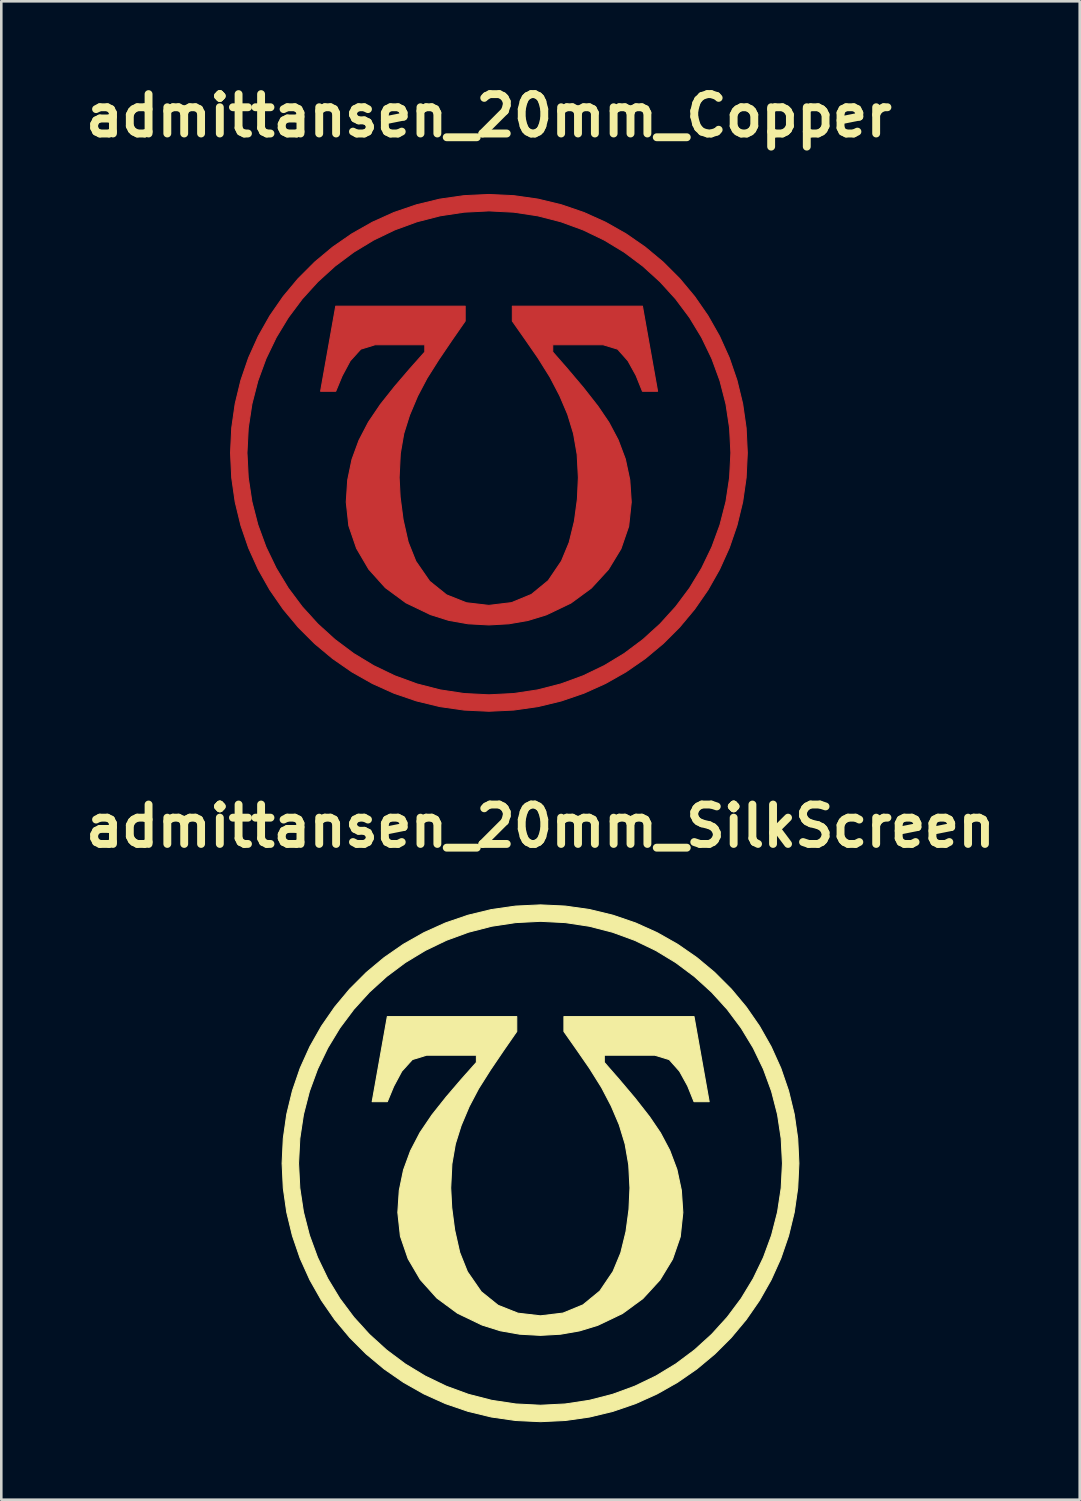
<source format=kicad_pcb>
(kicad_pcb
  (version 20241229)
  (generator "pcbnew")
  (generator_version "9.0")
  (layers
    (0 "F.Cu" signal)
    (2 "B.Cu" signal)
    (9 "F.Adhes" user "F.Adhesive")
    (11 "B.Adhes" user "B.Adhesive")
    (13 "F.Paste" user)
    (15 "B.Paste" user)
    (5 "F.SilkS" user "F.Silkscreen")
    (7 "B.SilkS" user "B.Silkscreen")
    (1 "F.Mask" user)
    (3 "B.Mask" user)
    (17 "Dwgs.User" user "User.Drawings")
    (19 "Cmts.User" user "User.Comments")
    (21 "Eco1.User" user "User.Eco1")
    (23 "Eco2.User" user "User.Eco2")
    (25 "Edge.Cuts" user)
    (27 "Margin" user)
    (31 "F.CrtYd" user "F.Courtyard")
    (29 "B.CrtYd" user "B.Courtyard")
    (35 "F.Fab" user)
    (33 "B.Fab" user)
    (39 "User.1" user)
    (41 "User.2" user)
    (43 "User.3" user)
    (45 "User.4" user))
  (footprint "admittansen_20mm_SilkScreen"
    (layer "F.Cu")
    (at 17.867 41.968)
    (property "Reference" "admittansen_20mm_SilkScreen" (at 0 -13.048 0) (layer "F.SilkS") (effects (font (size 1.524 1.524) (thickness 0.305))))
    (attr exclude_from_pos_files exclude_from_bom)
    (fp_poly (pts (xy -6.514 -2.383) (xy -5.928 -5.677) (xy -0.919 -5.677) (xy -0.919 -5.1) (xy -1.433 -4.359) (xy -1.938 -3.614) (xy -2.398 -2.886) (xy -2.761 -2.196) (xy -3.073 -1.456) (xy -3.296 -0.745) (xy -3.43 0.028) (xy -3.475 0.953) (xy -3.436 1.713) (xy -3.322 2.584) (xy -3.126 3.454) (xy -2.829 4.197) (xy -2.294 4.971) (xy -1.641 5.496) (xy -0.874 5.801) (xy -0.002 5.903) (xy 0.872 5.797) (xy 1.645 5.479) (xy 2.297 4.944) (xy 2.808 4.188) (xy 3.107 3.467) (xy 3.309 2.643) (xy 3.424 1.788) (xy 3.462 0.953) (xy 3.415 0.062) (xy 3.275 -0.745) (xy 3.048 -1.49) (xy 2.74 -2.213) (xy 2.365 -2.931) (xy 1.9 -3.674) (xy 1.392 -4.408) (xy 0.906 -5.1) (xy 0.906 -5.677) (xy 5.941 -5.677) (xy 6.527 -2.383) (xy 5.941 -2.383) (xy 5.695 -2.994) (xy 5.381 -3.563) (xy 4.982 -4.013) (xy 4.421 -4.183) (xy 2.469 -4.183) (xy 2.469 -3.903) (xy 3.042 -3.247) (xy 3.657 -2.519) (xy 4.222 -1.797) (xy 4.642 -1.178) (xy 5.001 -0.5) (xy 5.279 0.24) (xy 5.451 1.047) (xy 5.508 1.904) (xy 5.408 2.845) (xy 5.109 3.713) (xy 4.623 4.513) (xy 3.963 5.233) (xy 3.171 5.814) (xy 2.222 6.268) (xy 1.515 6.485) (xy 0.773 6.615) (xy -0.002 6.659) (xy -0.804 6.614) (xy -1.557 6.481) (xy -2.26 6.26) (xy -3.211 5.803) (xy -4.009 5.216) (xy -4.648 4.504) (xy -5.122 3.696) (xy -5.421 2.823) (xy -5.521 1.904) (xy -5.465 1.051) (xy -5.3 0.257) (xy -5.03 -0.481) (xy -4.663 -1.186) (xy -4.196 -1.876) (xy -3.644 -2.57) (xy -3.061 -3.251) (xy -2.481 -3.903) (xy -2.481 -4.183) (xy -4.408 -4.183) (xy -4.96 -4.013) (xy -5.368 -3.563) (xy -5.682 -2.977) (xy -5.928 -2.383) (xy -6.514 -2.383) (xy -6.514 -2.383)) (stroke (width 0.04) (type solid)) (fill yes) (layer "F.SilkS"))
    (fp_poly (pts (xy 0 -10) (xy 0 -9.363) (xy 0.958 -9.314) (xy 1.888 -9.173) (xy 2.786 -8.942) (xy 3.646 -8.627) (xy 4.464 -8.233) (xy 5.236 -7.765) (xy 5.957 -7.226) (xy 6.622 -6.622) (xy 7.226 -5.957) (xy 7.765 -5.236) (xy 8.233 -4.464) (xy 8.627 -3.646) (xy 8.942 -2.786) (xy 9.173 -1.888) (xy 9.314 -0.958) (xy 9.363 0) (xy 9.314 0.958) (xy 9.173 1.888) (xy 8.942 2.786) (xy 8.627 3.646) (xy 8.233 4.464) (xy 7.765 5.236) (xy 7.226 5.957) (xy 6.622 6.622) (xy 5.957 7.226) (xy 5.236 7.765) (xy 4.464 8.233) (xy 3.646 8.627) (xy 2.786 8.942) (xy 1.888 9.173) (xy 0.958 9.314) (xy 0 9.363) (xy -0.958 9.314) (xy -1.888 9.173) (xy -2.786 8.942) (xy -3.646 8.627) (xy -4.464 8.233) (xy -5.236 7.765) (xy -5.957 7.226) (xy -6.622 6.622) (xy -7.226 5.957) (xy -7.765 5.236) (xy -8.233 4.464) (xy -8.627 3.646) (xy -8.942 2.786) (xy -9.173 1.888) (xy -9.314 0.958) (xy -9.363 0) (xy -9.314 -0.958) (xy -9.173 -1.888) (xy -8.942 -2.786) (xy -8.627 -3.646) (xy -8.233 -4.464) (xy -7.765 -5.236) (xy -7.226 -5.957) (xy -6.622 -6.622) (xy -5.957 -7.226) (xy -5.236 -7.765) (xy -4.464 -8.233) (xy -3.646 -8.627) (xy -2.786 -8.942) (xy -1.888 -9.173) (xy -0.958 -9.314) (xy 0 -9.363) (xy 0 -10) (xy -0.962 -9.954) (xy -1.899 -9.82) (xy -2.806 -9.6) (xy -3.679 -9.301) (xy -4.513 -8.925) (xy -5.304 -8.477) (xy -6.049 -7.961) (xy -6.743 -7.382) (xy -7.382 -6.743) (xy -7.961 -6.049) (xy -8.477 -5.304) (xy -8.925 -4.513) (xy -9.301 -3.679) (xy -9.6 -2.806) (xy -9.82 -1.899) (xy -9.954 -0.962) (xy -10 0) (xy -9.954 0.962) (xy -9.82 1.899) (xy -9.6 2.806) (xy -9.301 3.679) (xy -8.925 4.513) (xy -8.477 5.304) (xy -7.961 6.049) (xy -7.382 6.743) (xy -6.743 7.382) (xy -6.049 7.961) (xy -5.304 8.477) (xy -4.513 8.925) (xy -3.679 9.301) (xy -2.806 9.6) (xy -1.899 9.82) (xy -0.962 9.954) (xy 0 10) (xy 0.962 9.954) (xy 1.899 9.82) (xy 2.806 9.6) (xy 3.679 9.301) (xy 4.513 8.925) (xy 5.304 8.477) (xy 6.049 7.961) (xy 6.743 7.382) (xy 7.382 6.743) (xy 7.961 6.049) (xy 8.477 5.304) (xy 8.925 4.513) (xy 9.301 3.679) (xy 9.6 2.806) (xy 9.82 1.899) (xy 9.954 0.962) (xy 10 0) (xy 9.954 -0.962) (xy 9.82 -1.899) (xy 9.6 -2.806) (xy 9.301 -3.679) (xy 8.925 -4.513) (xy 8.477 -5.304) (xy 7.961 -6.049) (xy 7.382 -6.743) (xy 6.743 -7.382) (xy 6.049 -7.961) (xy 5.304 -8.477) (xy 4.513 -8.925) (xy 3.679 -9.301) (xy 2.806 -9.6) (xy 1.899 -9.82) (xy 0.962 -9.954) (xy 0 -10)) (stroke (width 0.038) (type solid)) (fill yes) (layer "F.SilkS")))
  (footprint "admittansen_20mm_Copper"
    (layer "F.Cu")
    (at 15.871 14.475)
    (property "Reference" "admittansen_20mm_Copper" (at 0 -13.048 0) (layer "F.SilkS") (effects (font (size 1.524 1.524) (thickness 0.305))))
    (attr exclude_from_pos_files exclude_from_bom)
    (fp_poly (pts (xy -6.514 -2.383) (xy -5.928 -5.677) (xy -0.919 -5.677) (xy -0.919 -5.1) (xy -1.433 -4.359) (xy -1.938 -3.614) (xy -2.398 -2.886) (xy -2.761 -2.196) (xy -3.073 -1.456) (xy -3.296 -0.745) (xy -3.43 0.028) (xy -3.475 0.953) (xy -3.436 1.713) (xy -3.322 2.584) (xy -3.126 3.454) (xy -2.829 4.197) (xy -2.294 4.971) (xy -1.641 5.496) (xy -0.874 5.801) (xy -0.002 5.903) (xy 0.872 5.797) (xy 1.645 5.479) (xy 2.297 4.944) (xy 2.808 4.188) (xy 3.107 3.467) (xy 3.309 2.643) (xy 3.424 1.788) (xy 3.462 0.953) (xy 3.415 0.062) (xy 3.275 -0.745) (xy 3.048 -1.49) (xy 2.74 -2.213) (xy 2.365 -2.931) (xy 1.9 -3.674) (xy 1.392 -4.408) (xy 0.906 -5.1) (xy 0.906 -5.677) (xy 5.941 -5.677) (xy 6.527 -2.383) (xy 5.941 -2.383) (xy 5.695 -2.994) (xy 5.381 -3.563) (xy 4.982 -4.013) (xy 4.421 -4.183) (xy 2.469 -4.183) (xy 2.469 -3.903) (xy 3.042 -3.247) (xy 3.657 -2.519) (xy 4.222 -1.797) (xy 4.642 -1.178) (xy 5.001 -0.5) (xy 5.279 0.24) (xy 5.451 1.047) (xy 5.508 1.904) (xy 5.408 2.845) (xy 5.109 3.713) (xy 4.623 4.513) (xy 3.963 5.233) (xy 3.171 5.814) (xy 2.222 6.268) (xy 1.515 6.485) (xy 0.773 6.615) (xy -0.002 6.659) (xy -0.804 6.615) (xy -1.557 6.482) (xy -2.26 6.26) (xy -3.211 5.803) (xy -4.009 5.216) (xy -4.648 4.504) (xy -5.122 3.696) (xy -5.421 2.823) (xy -5.521 1.904) (xy -5.465 1.051) (xy -5.3 0.257) (xy -5.03 -0.481) (xy -4.663 -1.186) (xy -4.196 -1.876) (xy -3.644 -2.57) (xy -3.061 -3.251) (xy -2.481 -3.903) (xy -2.481 -4.183) (xy -4.408 -4.183) (xy -4.96 -4.013) (xy -5.368 -3.563) (xy -5.682 -2.977) (xy -5.928 -2.383) (xy -6.514 -2.383) (xy -6.514 -2.383)) (stroke (width 0.04) (type solid)) (fill yes) (layer "F.Cu"))
    (fp_poly (pts (xy 0 -10) (xy 0 -9.363) (xy 0.958 -9.314) (xy 1.888 -9.173) (xy 2.786 -8.942) (xy 3.646 -8.627) (xy 4.464 -8.233) (xy 5.236 -7.765) (xy 5.957 -7.226) (xy 6.622 -6.622) (xy 7.226 -5.957) (xy 7.765 -5.236) (xy 8.233 -4.464) (xy 8.627 -3.646) (xy 8.942 -2.786) (xy 9.173 -1.888) (xy 9.314 -0.958) (xy 9.363 0) (xy 9.314 0.958) (xy 9.173 1.888) (xy 8.942 2.786) (xy 8.627 3.646) (xy 8.233 4.464) (xy 7.765 5.236) (xy 7.226 5.957) (xy 6.622 6.622) (xy 5.957 7.226) (xy 5.236 7.765) (xy 4.464 8.233) (xy 3.646 8.627) (xy 2.786 8.942) (xy 1.888 9.173) (xy 0.958 9.314) (xy 0 9.363) (xy -0.958 9.314) (xy -1.888 9.173) (xy -2.786 8.942) (xy -3.646 8.627) (xy -4.464 8.233) (xy -5.236 7.765) (xy -5.957 7.226) (xy -6.622 6.622) (xy -7.226 5.957) (xy -7.765 5.236) (xy -8.233 4.464) (xy -8.627 3.646) (xy -8.942 2.786) (xy -9.173 1.888) (xy -9.314 0.958) (xy -9.363 0) (xy -9.314 -0.958) (xy -9.173 -1.888) (xy -8.942 -2.786) (xy -8.627 -3.646) (xy -8.233 -4.464) (xy -7.765 -5.236) (xy -7.226 -5.957) (xy -6.622 -6.622) (xy -5.957 -7.226) (xy -5.236 -7.765) (xy -4.464 -8.233) (xy -3.646 -8.627) (xy -2.786 -8.942) (xy -1.888 -9.173) (xy -0.958 -9.314) (xy 0 -9.363) (xy 0 -10) (xy -0.962 -9.954) (xy -1.899 -9.82) (xy -2.806 -9.6) (xy -3.679 -9.301) (xy -4.513 -8.925) (xy -5.304 -8.477) (xy -6.049 -7.961) (xy -6.743 -7.382) (xy -7.382 -6.743) (xy -7.961 -6.049) (xy -8.477 -5.304) (xy -8.925 -4.513) (xy -9.301 -3.679) (xy -9.6 -2.806) (xy -9.82 -1.899) (xy -9.954 -0.962) (xy -10 0) (xy -9.954 0.962) (xy -9.82 1.899) (xy -9.6 2.806) (xy -9.301 3.679) (xy -8.925 4.513) (xy -8.477 5.304) (xy -7.961 6.049) (xy -7.382 6.743) (xy -6.743 7.382) (xy -6.049 7.961) (xy -5.304 8.477) (xy -4.513 8.925) (xy -3.679 9.301) (xy -2.806 9.6) (xy -1.899 9.82) (xy -0.962 9.954) (xy 0 10) (xy 0.962 9.954) (xy 1.899 9.82) (xy 2.806 9.6) (xy 3.679 9.301) (xy 4.513 8.925) (xy 5.304 8.477) (xy 6.049 7.961) (xy 6.743 7.382) (xy 7.382 6.743) (xy 7.961 6.049) (xy 8.477 5.304) (xy 8.925 4.513) (xy 9.301 3.679) (xy 9.6 2.806) (xy 9.82 1.899) (xy 9.954 0.962) (xy 10 0) (xy 9.954 -0.962) (xy 9.82 -1.899) (xy 9.6 -2.806) (xy 9.301 -3.679) (xy 8.925 -4.513) (xy 8.477 -5.304) (xy 7.961 -6.049) (xy 7.382 -6.743) (xy 6.743 -7.382) (xy 6.049 -7.961) (xy 5.304 -8.477) (xy 4.513 -8.925) (xy 3.679 -9.301) (xy 2.806 -9.6) (xy 1.899 -9.82) (xy 0.962 -9.954) (xy 0 -10)) (stroke (width 0.038) (type solid)) (fill yes) (layer "F.Cu")))
  (gr_rect
    (start -3 -3)
    (end 38.734 54.987)
    (stroke (width 0.1) (type default))
    (fill no)
    (layer "Edge.Cuts")))
</source>
